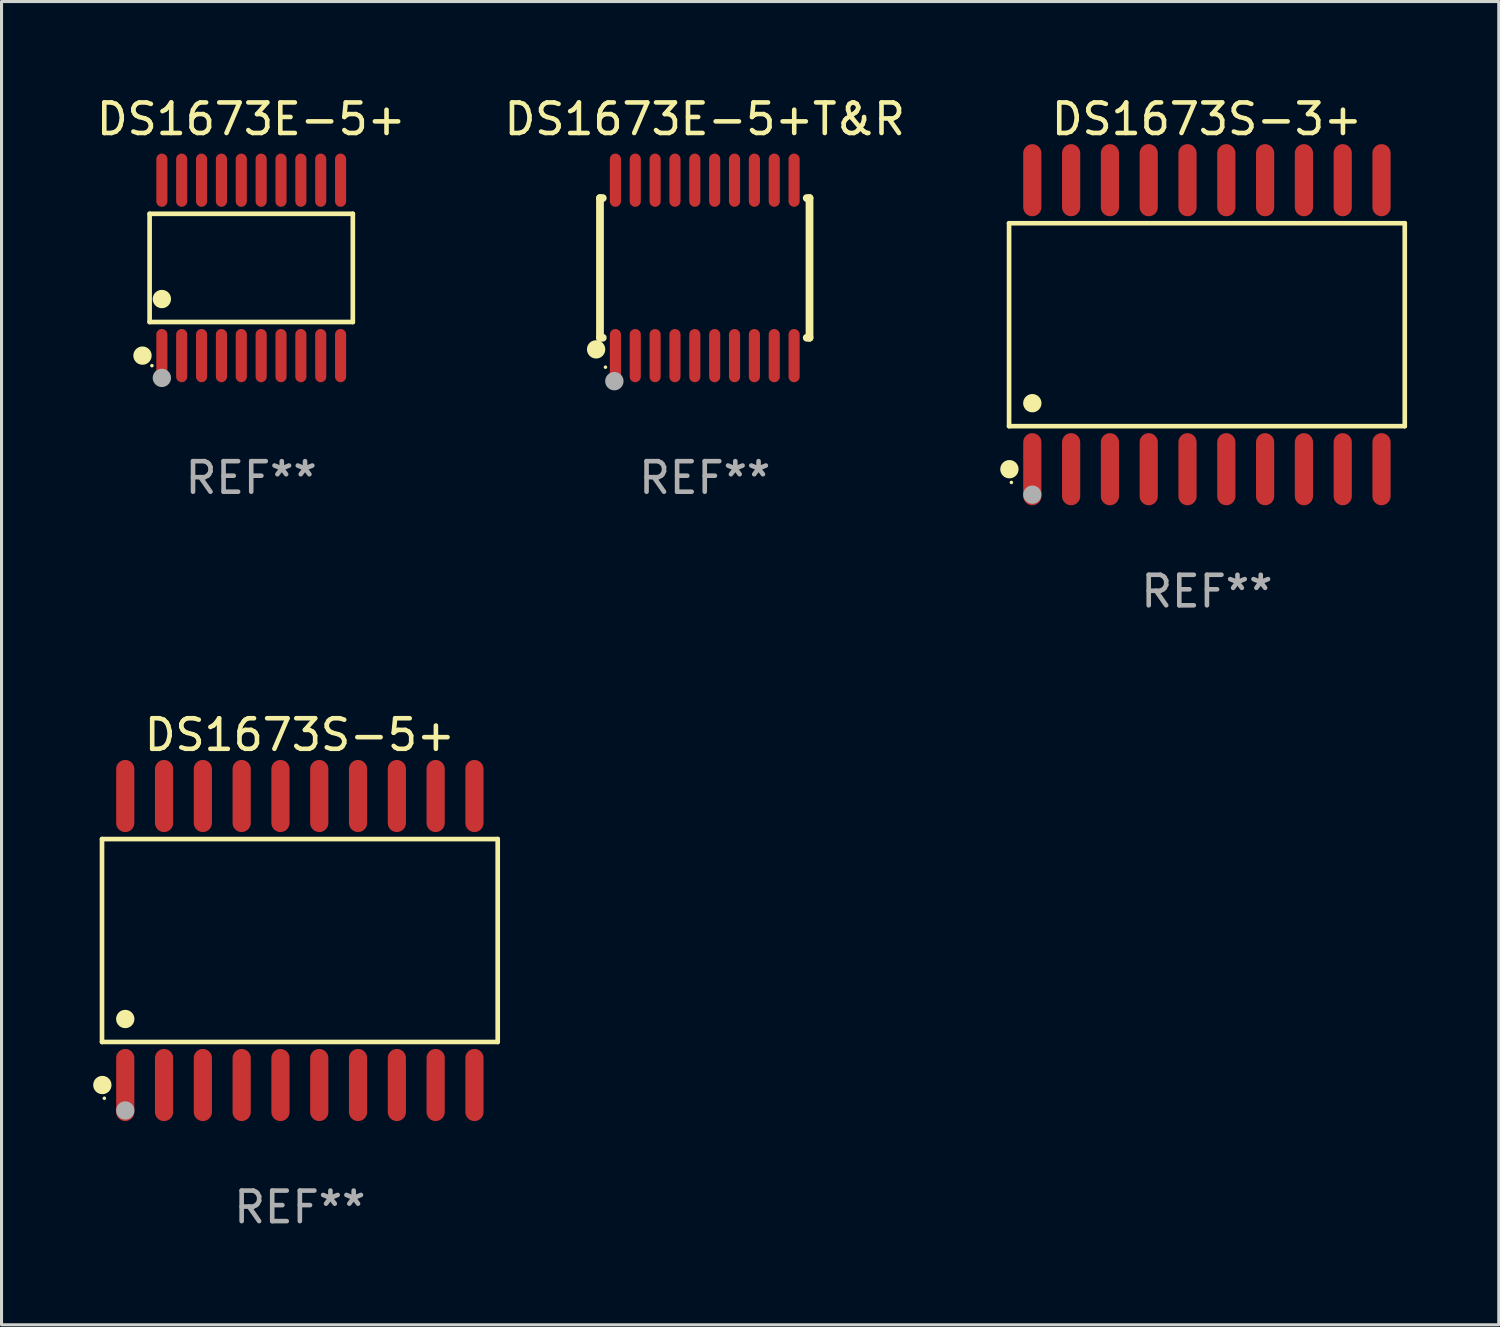
<source format=kicad_pcb>
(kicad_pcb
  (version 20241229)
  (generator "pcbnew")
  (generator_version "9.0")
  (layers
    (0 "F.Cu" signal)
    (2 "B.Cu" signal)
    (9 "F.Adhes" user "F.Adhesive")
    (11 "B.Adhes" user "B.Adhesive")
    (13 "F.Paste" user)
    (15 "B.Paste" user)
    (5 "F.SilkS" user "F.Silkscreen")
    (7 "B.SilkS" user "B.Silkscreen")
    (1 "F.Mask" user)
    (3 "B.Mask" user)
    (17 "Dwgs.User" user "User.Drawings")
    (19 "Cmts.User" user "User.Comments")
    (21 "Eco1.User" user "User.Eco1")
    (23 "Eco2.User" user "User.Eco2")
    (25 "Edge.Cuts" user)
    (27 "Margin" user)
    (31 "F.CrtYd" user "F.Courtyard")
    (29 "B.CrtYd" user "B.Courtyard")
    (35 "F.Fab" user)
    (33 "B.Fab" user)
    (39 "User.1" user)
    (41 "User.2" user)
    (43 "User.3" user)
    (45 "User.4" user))
  (footprint "DS1673S-3+"
    (layer "F.Cu")
    (at 36.455 7.578)
    (property "Reference" "DS1673S-3+" (at 0 -6.73 0) (layer "F.SilkS") (effects (font (size 1 1) (thickness 0.15))))
    (attr through_hole)
    (fp_line (start -6.476 -3.321) (end 6.476 -3.321) (stroke (width 0.152) (type solid)) (layer "F.SilkS"))
    (fp_line (start -6.476 3.321) (end -6.476 -3.321) (stroke (width 0.152) (type solid)) (layer "F.SilkS"))
    (fp_line (start 6.476 -3.321) (end 6.476 3.321) (stroke (width 0.152) (type solid)) (layer "F.SilkS"))
    (fp_line (start 6.476 3.321) (end -6.476 3.321) (stroke (width 0.152) (type solid)) (layer "F.SilkS"))
    (fp_circle (center -6.465 4.73) (end -6.315 4.73) (stroke (width 0.3) (type solid)) (fill no) (layer "F.SilkS"))
    (fp_circle (center -6.4 5.163) (end -6.37 5.163) (stroke (width 0.06) (type solid)) (fill no) (layer "F.SilkS"))
    (fp_circle (center -5.715 2.569) (end -5.565 2.569) (stroke (width 0.3) (type solid)) (fill no) (layer "F.SilkS"))
    (fp_circle (center -5.715 5.563) (end -5.565 5.563) (stroke (width 0.3) (type solid)) (fill no) (layer "F.Fab"))
    (fp_text user "REF**" (at 0 8.73 0) (layer "F.Fab") (effects (font (size 1 1) (thickness 0.15))))
    (pad "1" smd oval (at -5.715 4.73) (size 0.595 2.36) (layers "F.Cu" "F.Mask" "F.Paste"))
    (pad "2" smd oval (at -4.445 4.73) (size 0.595 2.36) (layers "F.Cu" "F.Mask" "F.Paste"))
    (pad "3" smd oval (at -3.175 4.73) (size 0.595 2.36) (layers "F.Cu" "F.Mask" "F.Paste"))
    (pad "4" smd oval (at -1.905 4.73) (size 0.595 2.36) (layers "F.Cu" "F.Mask" "F.Paste"))
    (pad "5" smd oval (at -0.635 4.73) (size 0.595 2.36) (layers "F.Cu" "F.Mask" "F.Paste"))
    (pad "6" smd oval (at 0.635 4.73) (size 0.595 2.36) (layers "F.Cu" "F.Mask" "F.Paste"))
    (pad "7" smd oval (at 1.905 4.73) (size 0.595 2.36) (layers "F.Cu" "F.Mask" "F.Paste"))
    (pad "8" smd oval (at 3.175 4.73) (size 0.595 2.36) (layers "F.Cu" "F.Mask" "F.Paste"))
    (pad "9" smd oval (at 4.445 4.73) (size 0.595 2.36) (layers "F.Cu" "F.Mask" "F.Paste"))
    (pad "10" smd oval (at 5.715 4.73) (size 0.595 2.36) (layers "F.Cu" "F.Mask" "F.Paste"))
    (pad "11" smd oval (at 5.715 -4.73) (size 0.595 2.36) (layers "F.Cu" "F.Mask" "F.Paste"))
    (pad "12" smd oval (at 4.445 -4.73) (size 0.595 2.36) (layers "F.Cu" "F.Mask" "F.Paste"))
    (pad "13" smd oval (at 3.175 -4.73) (size 0.595 2.36) (layers "F.Cu" "F.Mask" "F.Paste"))
    (pad "14" smd oval (at 1.905 -4.73) (size 0.595 2.36) (layers "F.Cu" "F.Mask" "F.Paste"))
    (pad "15" smd oval (at 0.635 -4.73) (size 0.595 2.36) (layers "F.Cu" "F.Mask" "F.Paste"))
    (pad "16" smd oval (at -0.635 -4.73) (size 0.595 2.36) (layers "F.Cu" "F.Mask" "F.Paste"))
    (pad "17" smd oval (at -1.905 -4.73) (size 0.595 2.36) (layers "F.Cu" "F.Mask" "F.Paste"))
    (pad "18" smd oval (at -3.175 -4.73) (size 0.595 2.36) (layers "F.Cu" "F.Mask" "F.Paste"))
    (pad "19" smd oval (at -4.445 -4.73) (size 0.595 2.36) (layers "F.Cu" "F.Mask" "F.Paste"))
    (pad "20" smd oval (at -5.715 -4.73) (size 0.595 2.36) (layers "F.Cu" "F.Mask" "F.Paste")))
  (footprint "DS1673S-5+"
    (layer "F.Cu")
    (at 6.765 27.735)
    (property "Reference" "DS1673S-5+" (at 0 -6.73 0) (layer "F.SilkS") (effects (font (size 1 1) (thickness 0.15))))
    (attr through_hole)
    (fp_line (start -6.476 -3.321) (end 6.476 -3.321) (stroke (width 0.152) (type solid)) (layer "F.SilkS"))
    (fp_line (start -6.476 3.321) (end -6.476 -3.321) (stroke (width 0.152) (type solid)) (layer "F.SilkS"))
    (fp_line (start 6.476 -3.321) (end 6.476 3.321) (stroke (width 0.152) (type solid)) (layer "F.SilkS"))
    (fp_line (start 6.476 3.321) (end -6.476 3.321) (stroke (width 0.152) (type solid)) (layer "F.SilkS"))
    (fp_circle (center -6.465 4.73) (end -6.315 4.73) (stroke (width 0.3) (type solid)) (fill no) (layer "F.SilkS"))
    (fp_circle (center -6.4 5.163) (end -6.37 5.163) (stroke (width 0.06) (type solid)) (fill no) (layer "F.SilkS"))
    (fp_circle (center -5.715 2.569) (end -5.565 2.569) (stroke (width 0.3) (type solid)) (fill no) (layer "F.SilkS"))
    (fp_circle (center -5.715 5.563) (end -5.565 5.563) (stroke (width 0.3) (type solid)) (fill no) (layer "F.Fab"))
    (fp_text user "REF**" (at 0 8.73 0) (layer "F.Fab") (effects (font (size 1 1) (thickness 0.15))))
    (pad "1" smd oval (at -5.715 4.73) (size 0.595 2.36) (layers "F.Cu" "F.Mask" "F.Paste"))
    (pad "2" smd oval (at -4.445 4.73) (size 0.595 2.36) (layers "F.Cu" "F.Mask" "F.Paste"))
    (pad "3" smd oval (at -3.175 4.73) (size 0.595 2.36) (layers "F.Cu" "F.Mask" "F.Paste"))
    (pad "4" smd oval (at -1.905 4.73) (size 0.595 2.36) (layers "F.Cu" "F.Mask" "F.Paste"))
    (pad "5" smd oval (at -0.635 4.73) (size 0.595 2.36) (layers "F.Cu" "F.Mask" "F.Paste"))
    (pad "6" smd oval (at 0.635 4.73) (size 0.595 2.36) (layers "F.Cu" "F.Mask" "F.Paste"))
    (pad "7" smd oval (at 1.905 4.73) (size 0.595 2.36) (layers "F.Cu" "F.Mask" "F.Paste"))
    (pad "8" smd oval (at 3.175 4.73) (size 0.595 2.36) (layers "F.Cu" "F.Mask" "F.Paste"))
    (pad "9" smd oval (at 4.445 4.73) (size 0.595 2.36) (layers "F.Cu" "F.Mask" "F.Paste"))
    (pad "10" smd oval (at 5.715 4.73) (size 0.595 2.36) (layers "F.Cu" "F.Mask" "F.Paste"))
    (pad "11" smd oval (at 5.715 -4.73) (size 0.595 2.36) (layers "F.Cu" "F.Mask" "F.Paste"))
    (pad "12" smd oval (at 4.445 -4.73) (size 0.595 2.36) (layers "F.Cu" "F.Mask" "F.Paste"))
    (pad "13" smd oval (at 3.175 -4.73) (size 0.595 2.36) (layers "F.Cu" "F.Mask" "F.Paste"))
    (pad "14" smd oval (at 1.905 -4.73) (size 0.595 2.36) (layers "F.Cu" "F.Mask" "F.Paste"))
    (pad "15" smd oval (at 0.635 -4.73) (size 0.595 2.36) (layers "F.Cu" "F.Mask" "F.Paste"))
    (pad "16" smd oval (at -0.635 -4.73) (size 0.595 2.36) (layers "F.Cu" "F.Mask" "F.Paste"))
    (pad "17" smd oval (at -1.905 -4.73) (size 0.595 2.36) (layers "F.Cu" "F.Mask" "F.Paste"))
    (pad "18" smd oval (at -3.175 -4.73) (size 0.595 2.36) (layers "F.Cu" "F.Mask" "F.Paste"))
    (pad "19" smd oval (at -4.445 -4.73) (size 0.595 2.36) (layers "F.Cu" "F.Mask" "F.Paste"))
    (pad "20" smd oval (at -5.715 -4.73) (size 0.595 2.36) (layers "F.Cu" "F.Mask" "F.Paste")))
  (footprint "DS1673E-5+"
    (layer "F.Cu")
    (at 5.173 5.719)
    (property "Reference" "DS1673E-5+" (at 0 -4.871 0) (layer "F.SilkS") (effects (font (size 1 1) (thickness 0.15))))
    (attr through_hole)
    (fp_line (start -3.326 -1.771) (end 3.326 -1.771) (stroke (width 0.152) (type solid)) (layer "F.SilkS"))
    (fp_line (start -3.326 1.771) (end -3.326 -1.771) (stroke (width 0.152) (type solid)) (layer "F.SilkS"))
    (fp_line (start 3.326 -1.771) (end 3.326 1.771) (stroke (width 0.152) (type solid)) (layer "F.SilkS"))
    (fp_line (start 3.326 1.771) (end -3.326 1.771) (stroke (width 0.152) (type solid)) (layer "F.SilkS"))
    (fp_circle (center -3.559 2.871) (end -3.409 2.871) (stroke (width 0.3) (type solid)) (fill no) (layer "F.SilkS"))
    (fp_circle (center -3.25 3.2) (end -3.22 3.2) (stroke (width 0.06) (type solid)) (fill no) (layer "F.SilkS"))
    (fp_circle (center -2.925 1.019) (end -2.775 1.019) (stroke (width 0.3) (type solid)) (fill no) (layer "F.SilkS"))
    (fp_circle (center -2.925 3.6) (end -2.775 3.6) (stroke (width 0.3) (type solid)) (fill no) (layer "F.Fab"))
    (fp_text user "REF**" (at 0 6.871 0) (layer "F.Fab") (effects (font (size 1 1) (thickness 0.15))))
    (pad "1" smd oval (at -2.925 2.871) (size 0.364 1.742) (layers "F.Cu" "F.Mask" "F.Paste"))
    (pad "2" smd oval (at -2.275 2.871) (size 0.364 1.742) (layers "F.Cu" "F.Mask" "F.Paste"))
    (pad "3" smd oval (at -1.625 2.871) (size 0.364 1.742) (layers "F.Cu" "F.Mask" "F.Paste"))
    (pad "4" smd oval (at -0.975 2.871) (size 0.364 1.742) (layers "F.Cu" "F.Mask" "F.Paste"))
    (pad "5" smd oval (at -0.325 2.871) (size 0.364 1.742) (layers "F.Cu" "F.Mask" "F.Paste"))
    (pad "6" smd oval (at 0.325 2.871) (size 0.364 1.742) (layers "F.Cu" "F.Mask" "F.Paste"))
    (pad "7" smd oval (at 0.975 2.871) (size 0.364 1.742) (layers "F.Cu" "F.Mask" "F.Paste"))
    (pad "8" smd oval (at 1.625 2.871) (size 0.364 1.742) (layers "F.Cu" "F.Mask" "F.Paste"))
    (pad "9" smd oval (at 2.275 2.871) (size 0.364 1.742) (layers "F.Cu" "F.Mask" "F.Paste"))
    (pad "10" smd oval (at 2.925 2.871) (size 0.364 1.742) (layers "F.Cu" "F.Mask" "F.Paste"))
    (pad "11" smd oval (at 2.925 -2.871) (size 0.364 1.742) (layers "F.Cu" "F.Mask" "F.Paste"))
    (pad "12" smd oval (at 2.275 -2.871) (size 0.364 1.742) (layers "F.Cu" "F.Mask" "F.Paste"))
    (pad "13" smd oval (at 1.625 -2.871) (size 0.364 1.742) (layers "F.Cu" "F.Mask" "F.Paste"))
    (pad "14" smd oval (at 0.975 -2.871) (size 0.364 1.742) (layers "F.Cu" "F.Mask" "F.Paste"))
    (pad "15" smd oval (at 0.325 -2.871) (size 0.364 1.742) (layers "F.Cu" "F.Mask" "F.Paste"))
    (pad "16" smd oval (at -0.325 -2.871) (size 0.364 1.742) (layers "F.Cu" "F.Mask" "F.Paste"))
    (pad "17" smd oval (at -0.975 -2.871) (size 0.364 1.742) (layers "F.Cu" "F.Mask" "F.Paste"))
    (pad "18" smd oval (at -1.625 -2.871) (size 0.364 1.742) (layers "F.Cu" "F.Mask" "F.Paste"))
    (pad "19" smd oval (at -2.275 -2.871) (size 0.364 1.742) (layers "F.Cu" "F.Mask" "F.Paste"))
    (pad "20" smd oval (at -2.925 -2.871) (size 0.364 1.742) (layers "F.Cu" "F.Mask" "F.Paste")))
  (footprint "DS1673E-5+T&R"
    (layer "F.Cu")
    (at 20.018 5.719)
    (property "Reference" "DS1673E-5+T&R" (at 0 -4.871 0) (layer "F.SilkS") (effects (font (size 1 1) (thickness 0.15))))
    (attr through_hole)
    (fp_line (start -3.429 -2.286) (end -3.429 2.286) (stroke (width 0.254) (type solid)) (layer "F.SilkS"))
    (fp_line (start -3.429 2.286) (end -3.338 2.286) (stroke (width 0.254) (type solid)) (layer "F.SilkS"))
    (fp_line (start -3.338 -2.286) (end -3.429 -2.286) (stroke (width 0.254) (type solid)) (layer "F.SilkS"))
    (fp_line (start 3.338 -2.286) (end 3.429 -2.286) (stroke (width 0.254) (type solid)) (layer "F.SilkS"))
    (fp_line (start 3.429 -2.286) (end 3.429 2.286) (stroke (width 0.254) (type solid)) (layer "F.SilkS"))
    (fp_line (start 3.429 2.286) (end 3.338 2.286) (stroke (width 0.254) (type solid)) (layer "F.SilkS"))
    (fp_circle (center -3.556 2.667) (end -3.406 2.667) (stroke (width 0.3) (type solid)) (fill no) (layer "F.SilkS"))
    (fp_circle (center -3.25 3.25) (end -3.22 3.25) (stroke (width 0.06) (type solid)) (fill no) (layer "F.SilkS"))
    (fp_circle (center -2.959 3.707) (end -2.808 3.707) (stroke (width 0.3) (type solid)) (fill no) (layer "F.Fab"))
    (fp_text user "REF**" (at 0 6.871 0) (layer "F.Fab") (effects (font (size 1 1) (thickness 0.15))))
    (pad "1" smd oval (at -2.925 2.871) (size 0.364 1.742) (layers "F.Cu" "F.Mask" "F.Paste"))
    (pad "2" smd oval (at -2.275 2.871) (size 0.364 1.742) (layers "F.Cu" "F.Mask" "F.Paste"))
    (pad "3" smd oval (at -1.625 2.871) (size 0.364 1.742) (layers "F.Cu" "F.Mask" "F.Paste"))
    (pad "4" smd oval (at -0.975 2.871) (size 0.364 1.742) (layers "F.Cu" "F.Mask" "F.Paste"))
    (pad "5" smd oval (at -0.325 2.871) (size 0.364 1.742) (layers "F.Cu" "F.Mask" "F.Paste"))
    (pad "6" smd oval (at 0.325 2.871) (size 0.364 1.742) (layers "F.Cu" "F.Mask" "F.Paste"))
    (pad "7" smd oval (at 0.975 2.871) (size 0.364 1.742) (layers "F.Cu" "F.Mask" "F.Paste"))
    (pad "8" smd oval (at 1.625 2.871) (size 0.364 1.742) (layers "F.Cu" "F.Mask" "F.Paste"))
    (pad "9" smd oval (at 2.275 2.871) (size 0.364 1.742) (layers "F.Cu" "F.Mask" "F.Paste"))
    (pad "10" smd oval (at 2.925 2.871) (size 0.364 1.742) (layers "F.Cu" "F.Mask" "F.Paste"))
    (pad "11" smd oval (at 2.925 -2.871) (size 0.364 1.742) (layers "F.Cu" "F.Mask" "F.Paste"))
    (pad "12" smd oval (at 2.275 -2.871) (size 0.364 1.742) (layers "F.Cu" "F.Mask" "F.Paste"))
    (pad "13" smd oval (at 1.625 -2.871) (size 0.364 1.742) (layers "F.Cu" "F.Mask" "F.Paste"))
    (pad "14" smd oval (at 0.975 -2.871) (size 0.364 1.742) (layers "F.Cu" "F.Mask" "F.Paste"))
    (pad "15" smd oval (at 0.325 -2.871) (size 0.364 1.742) (layers "F.Cu" "F.Mask" "F.Paste"))
    (pad "16" smd oval (at -0.325 -2.871) (size 0.364 1.742) (layers "F.Cu" "F.Mask" "F.Paste"))
    (pad "17" smd oval (at -0.975 -2.871) (size 0.364 1.742) (layers "F.Cu" "F.Mask" "F.Paste"))
    (pad "18" smd oval (at -1.625 -2.871) (size 0.364 1.742) (layers "F.Cu" "F.Mask" "F.Paste"))
    (pad "19" smd oval (at -2.275 -2.871) (size 0.364 1.742) (layers "F.Cu" "F.Mask" "F.Paste"))
    (pad "20" smd oval (at -2.925 -2.871) (size 0.364 1.742) (layers "F.Cu" "F.Mask" "F.Paste")))
  (gr_rect
    (start -3 -3)
    (end 46.008 40.313)
    (stroke (width 0.1) (type default))
    (fill no)
    (layer "Edge.Cuts")))
</source>
